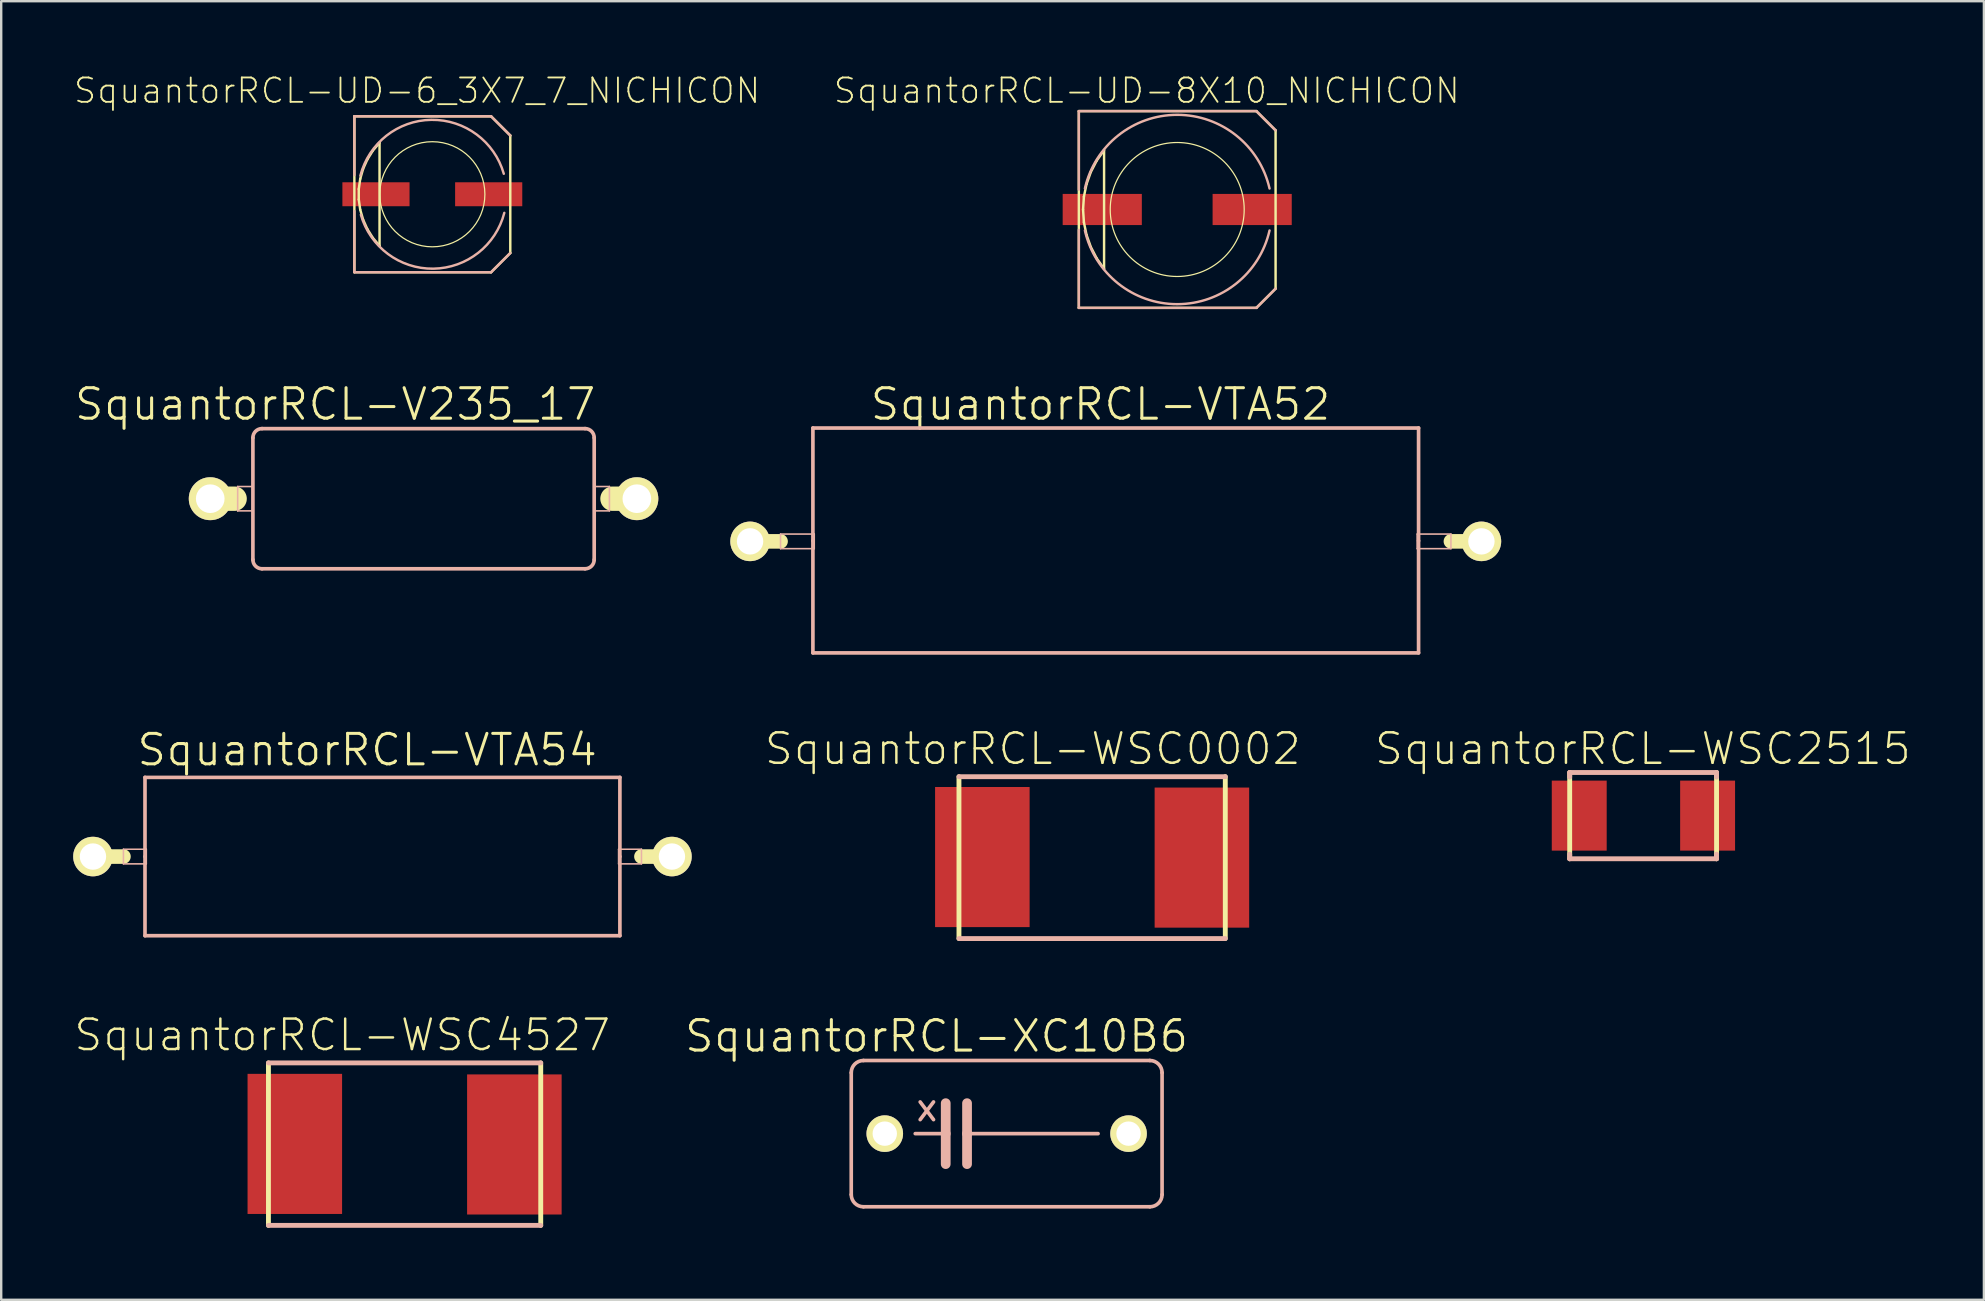
<source format=kicad_pcb>
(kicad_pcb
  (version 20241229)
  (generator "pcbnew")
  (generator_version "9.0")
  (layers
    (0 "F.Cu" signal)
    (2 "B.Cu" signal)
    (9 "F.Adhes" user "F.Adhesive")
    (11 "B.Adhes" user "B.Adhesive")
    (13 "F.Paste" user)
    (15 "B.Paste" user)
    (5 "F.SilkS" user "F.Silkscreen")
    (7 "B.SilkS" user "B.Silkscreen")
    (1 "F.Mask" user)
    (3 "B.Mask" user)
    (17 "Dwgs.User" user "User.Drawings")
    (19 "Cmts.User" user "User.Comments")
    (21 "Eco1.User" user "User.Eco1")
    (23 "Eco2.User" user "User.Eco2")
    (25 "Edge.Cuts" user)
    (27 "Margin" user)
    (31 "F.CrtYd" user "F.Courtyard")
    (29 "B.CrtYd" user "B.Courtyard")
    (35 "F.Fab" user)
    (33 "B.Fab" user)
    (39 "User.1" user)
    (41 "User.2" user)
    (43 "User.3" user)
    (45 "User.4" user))
  (footprint "SquantorRCL-XC10B6"
    (layer "F.Cu")
    (at 38.904 44.196)
    (property "Reference" "SquantorRCL-XC10B6" (at -2.921 -4.064 0) (layer "F.SilkS") (effects (font (size 1.27 1.27) (thickness 0.127))))
    (attr exclude_from_pos_files exclude_from_bom)
    (fp_line (start -6.477 2.54) (end -6.477 -2.54) (stroke (width 0.152) (type solid)) (layer "B.SilkS"))
    (fp_line (start -5.969 3.048) (end 5.969 3.048) (stroke (width 0.152) (type solid)) (layer "B.SilkS"))
    (fp_line (start -3.81 0) (end -2.54 0) (stroke (width 0.152) (type solid)) (layer "B.SilkS"))
    (fp_line (start -3.604 -1.321) (end -3.048 -0.584) (stroke (width 0.152) (type solid)) (layer "B.SilkS"))
    (fp_line (start -3.604 -0.584) (end -3.048 -1.321) (stroke (width 0.152) (type solid)) (layer "B.SilkS"))
    (fp_line (start -2.54 -1.27) (end -2.54 0) (stroke (width 0.406) (type solid)) (layer "B.SilkS"))
    (fp_line (start -2.54 0) (end -2.54 1.27) (stroke (width 0.406) (type solid)) (layer "B.SilkS"))
    (fp_line (start -1.651 -1.27) (end -1.651 0) (stroke (width 0.406) (type solid)) (layer "B.SilkS"))
    (fp_line (start -1.651 0) (end -1.651 1.27) (stroke (width 0.406) (type solid)) (layer "B.SilkS"))
    (fp_line (start 3.81 0) (end -1.651 0) (stroke (width 0.152) (type solid)) (layer "B.SilkS"))
    (fp_line (start 5.969 -3.048) (end -5.969 -3.048) (stroke (width 0.152) (type solid)) (layer "B.SilkS"))
    (fp_line (start 6.477 -2.54) (end 6.477 2.54) (stroke (width 0.152) (type solid)) (layer "B.SilkS"))
    (fp_arc (start -6.477 -2.54) (mid -6.32821 -2.89921) (end -5.969 -3.048) (stroke (width 0.1524) (type solid)) (layer "B.SilkS"))
    (fp_arc (start -5.969 3.048) (mid -6.32821 2.89921) (end -6.477 2.54) (stroke (width 0.1524) (type solid)) (layer "B.SilkS"))
    (fp_arc (start 5.969 -3.048) (mid 6.32821 -2.89921) (end 6.477 -2.54) (stroke (width 0.1524) (type solid)) (layer "B.SilkS"))
    (fp_arc (start 6.477 2.54) (mid 6.32821 2.89921) (end 5.969 3.048) (stroke (width 0.1524) (type solid)) (layer "B.SilkS"))
    (pad "1" thru_hole circle (at -5.08 0) (size 1.524 1.524) (drill 1.016) (layers "*.Cu" "F.Mask" "F.SilkS" "F.Paste"))
    (pad "2" thru_hole circle (at 5.08 0) (size 1.524 1.524) (drill 1.016) (layers "*.Cu" "F.Mask" "F.SilkS" "F.Paste")))
  (footprint "SquantorRCL-VTA52"
    (layer "F.Cu")
    (at 43.45 19.512)
    (property "Reference" "SquantorRCL-VTA52" (at -0.635 -5.715 0) (layer "F.SilkS") (effects (font (size 1.27 1.27) (thickness 0.127))))
    (attr exclude_from_pos_files exclude_from_bom)
    (fp_line (start -15.24 0) (end -13.97 0) (stroke (width 0.61) (type solid)) (layer "F.SilkS"))
    (fp_line (start 13.97 0) (end 15.24 0) (stroke (width 0.61) (type solid)) (layer "F.SilkS"))
    (fp_line (start -13.97 -0.305) (end -12.565 -0.305) (stroke (width 0.066) (type solid)) (layer "B.SilkS"))
    (fp_line (start -13.97 0.305) (end -13.97 -0.305) (stroke (width 0.066) (type solid)) (layer "B.SilkS"))
    (fp_line (start -13.97 0.305) (end -12.565 0.305) (stroke (width 0.066) (type solid)) (layer "B.SilkS"))
    (fp_line (start -12.621 -4.724) (end -12.621 -0.023) (stroke (width 0.152) (type solid)) (layer "B.SilkS"))
    (fp_line (start -12.621 -0.023) (end -12.621 4.648) (stroke (width 0.152) (type solid)) (layer "B.SilkS"))
    (fp_line (start -12.621 4.648) (end 12.621 4.648) (stroke (width 0.152) (type solid)) (layer "B.SilkS"))
    (fp_line (start -12.565 0.305) (end -12.565 -0.305) (stroke (width 0.066) (type solid)) (layer "B.SilkS"))
    (fp_line (start 12.565 -0.305) (end 13.97 -0.305) (stroke (width 0.066) (type solid)) (layer "B.SilkS"))
    (fp_line (start 12.565 0.305) (end 12.565 -0.305) (stroke (width 0.066) (type solid)) (layer "B.SilkS"))
    (fp_line (start 12.565 0.305) (end 13.97 0.305) (stroke (width 0.066) (type solid)) (layer "B.SilkS"))
    (fp_line (start 12.621 -4.724) (end -12.621 -4.724) (stroke (width 0.152) (type solid)) (layer "B.SilkS"))
    (fp_line (start 12.621 -0.023) (end 12.621 -4.724) (stroke (width 0.152) (type solid)) (layer "B.SilkS"))
    (fp_line (start 12.621 4.648) (end 12.621 -0.023) (stroke (width 0.152) (type solid)) (layer "B.SilkS"))
    (fp_line (start 13.97 0.305) (end 13.97 -0.305) (stroke (width 0.066) (type solid)) (layer "B.SilkS"))
    (pad "1" thru_hole circle (at -15.24 0) (size 1.648 1.648) (drill 1.1) (layers "*.Cu" "F.Mask" "F.SilkS" "F.Paste"))
    (pad "2" thru_hole circle (at 15.24 0) (size 1.648 1.648) (drill 1.1) (layers "*.Cu" "F.Mask" "F.SilkS" "F.Paste")))
  (footprint "SquantorRCL-WSC4527"
    (layer "F.Cu")
    (at 13.812 44.647)
    (property "Reference" "SquantorRCL-WSC4527" (at -2.598 -4.559 0) (layer "F.SilkS") (effects (font (size 1.27 1.27) (thickness 0.102))))
    (attr smd)
    (fp_line (start -5.674 -3.399) (end -5.674 3.373) (stroke (width 0.203) (type solid)) (layer "F.SilkS"))
    (fp_line (start 5.674 3.373) (end 5.674 -3.399) (stroke (width 0.203) (type solid)) (layer "F.SilkS"))
    (fp_line (start -5.674 3.373) (end 5.674 3.373) (stroke (width 0.203) (type solid)) (layer "B.SilkS"))
    (fp_line (start 5.674 -3.399) (end -5.674 -3.399) (stroke (width 0.203) (type solid)) (layer "B.SilkS"))
    (pad "1" smd rect (at -4.575 -0.023) (size 3.94 5.839) (layers "F.Cu" "F.Mask" "F.Paste"))
    (pad "2" smd rect (at 4.575 0) (size 3.94 5.839) (layers "F.Cu" "F.Mask" "F.Paste")))
  (footprint "SquantorRCL-WSC0002"
    (layer "F.Cu")
    (at 42.466 32.692)
    (property "Reference" "SquantorRCL-WSC0002" (at -2.474 -4.534 0) (layer "F.SilkS") (effects (font (size 1.27 1.27) (thickness 0.102))))
    (attr smd)
    (fp_line (start -5.55 -3.373) (end -5.55 3.373) (stroke (width 0.203) (type solid)) (layer "F.SilkS"))
    (fp_line (start 5.55 3.373) (end 5.55 -3.373) (stroke (width 0.203) (type solid)) (layer "F.SilkS"))
    (fp_line (start -5.55 3.373) (end 5.55 3.373) (stroke (width 0.203) (type solid)) (layer "B.SilkS"))
    (fp_line (start 5.55 -3.373) (end -5.55 -3.373) (stroke (width 0.203) (type solid)) (layer "B.SilkS"))
    (pad "1" smd rect (at -4.575 -0.023) (size 3.94 5.839) (layers "F.Cu" "F.Mask" "F.Paste"))
    (pad "2" smd rect (at 4.575 0) (size 3.94 5.839) (layers "F.Cu" "F.Mask" "F.Paste")))
  (footprint "SquantorRCL-UD-6_3X7_7_NICHICON"
    (layer "F.Cu")
    (at 14.968 5.046)
    (property "Reference" "SquantorRCL-UD-6_3X7_7_NICHICON" (at -0.635 -4.318 0) (layer "F.SilkS") (effects (font (size 1.016 1.016) (thickness 0.076))))
    (attr smd)
    (fp_line (start -3.249 -3.249) (end 2.449 -3.249) (stroke (width 0.102) (type solid)) (layer "F.SilkS"))
    (fp_line (start -3.249 3.249) (end -3.249 -3.249) (stroke (width 0.102) (type solid)) (layer "F.SilkS"))
    (fp_line (start -3.066 -0.216) (end -3.066 0.216) (stroke (width 0.102) (type solid)) (layer "F.SilkS"))
    (fp_line (start -3.066 0.216) (end -3.005 0.643) (stroke (width 0.102) (type solid)) (layer "F.SilkS"))
    (fp_line (start -3.005 -0.643) (end -3.066 -0.216) (stroke (width 0.102) (type solid)) (layer "F.SilkS"))
    (fp_line (start -3.005 0.643) (end -2.885 1.059) (stroke (width 0.102) (type solid)) (layer "F.SilkS"))
    (fp_line (start -2.885 -1.059) (end -3.005 -0.643) (stroke (width 0.102) (type solid)) (layer "F.SilkS"))
    (fp_line (start -2.885 1.059) (end -2.708 1.453) (stroke (width 0.102) (type solid)) (layer "F.SilkS"))
    (fp_line (start -2.708 -1.453) (end -2.885 -1.059) (stroke (width 0.102) (type solid)) (layer "F.SilkS"))
    (fp_line (start -2.708 1.453) (end -2.479 1.819) (stroke (width 0.102) (type solid)) (layer "F.SilkS"))
    (fp_line (start -2.479 -1.819) (end -2.708 -1.453) (stroke (width 0.102) (type solid)) (layer "F.SilkS"))
    (fp_line (start -2.479 1.819) (end -2.2 2.149) (stroke (width 0.102) (type solid)) (layer "F.SilkS"))
    (fp_line (start -2.2 -2.149) (end -2.479 -1.819) (stroke (width 0.102) (type solid)) (layer "F.SilkS"))
    (fp_line (start -2.2 2.149) (end -2.2 -2.149) (stroke (width 0.102) (type solid)) (layer "F.SilkS"))
    (fp_line (start 2.449 -3.249) (end 3.249 -2.449) (stroke (width 0.102) (type solid)) (layer "F.SilkS"))
    (fp_line (start 2.449 3.249) (end -3.249 3.249) (stroke (width 0.102) (type solid)) (layer "F.SilkS"))
    (fp_line (start 3.249 -2.449) (end 3.249 2.449) (stroke (width 0.102) (type solid)) (layer "F.SilkS"))
    (fp_line (start 3.249 2.449) (end 2.449 3.249) (stroke (width 0.102) (type solid)) (layer "F.SilkS"))
    (fp_circle (center 0 0) (end -1.549 1.549) (stroke (width 0.051) (type solid)) (fill no) (layer "F.SilkS"))
    (fp_line (start -3.249 -3.249) (end 2.449 -3.249) (stroke (width 0.102) (type solid)) (layer "B.SilkS"))
    (fp_line (start -3.249 -0.798) (end -3.249 -3.249) (stroke (width 0.102) (type solid)) (layer "B.SilkS"))
    (fp_line (start -3.249 3.249) (end -3.249 0.699) (stroke (width 0.102) (type solid)) (layer "B.SilkS"))
    (fp_line (start 2.449 -3.249) (end 3.249 -2.449) (stroke (width 0.102) (type solid)) (layer "B.SilkS"))
    (fp_line (start 2.449 3.249) (end -3.249 3.249) (stroke (width 0.102) (type solid)) (layer "B.SilkS"))
    (fp_line (start 3.249 2.449) (end 2.449 3.249) (stroke (width 0.102) (type solid)) (layer "B.SilkS"))
    (fp_arc (start -2.99974 -0.7747) (mid -0.041101 -3.101702) (end 2.978257 -0.854045) (stroke (width 0.1016) (type solid)) (layer "B.SilkS"))
    (fp_arc (start 2.99974 0.7747) (mid 0.041101 3.101702) (end -2.978257 0.854045) (stroke (width 0.1016) (type solid)) (layer "B.SilkS"))
    (pad "+" smd rect (at 2.349 0) (size 2.799 0.998) (layers "F.Cu" "F.Mask" "F.Paste"))
    (pad "-" smd rect (at -2.349 0) (size 2.799 0.998) (layers "F.Cu" "F.Mask" "F.Paste")))
  (footprint "SquantorRCL-VTA54"
    (layer "F.Cu")
    (at 12.889 32.648)
    (property "Reference" "SquantorRCL-VTA54" (at -0.635 -4.445 0) (layer "F.SilkS") (effects (font (size 1.27 1.27) (thickness 0.127))))
    (attr exclude_from_pos_files exclude_from_bom)
    (fp_line (start -12.065 0) (end -10.795 0) (stroke (width 0.61) (type solid)) (layer "F.SilkS"))
    (fp_line (start 10.795 0) (end 12.065 0) (stroke (width 0.61) (type solid)) (layer "F.SilkS"))
    (fp_line (start -10.795 -0.305) (end -9.842 -0.305) (stroke (width 0.066) (type solid)) (layer "B.SilkS"))
    (fp_line (start -10.795 0.305) (end -10.795 -0.305) (stroke (width 0.066) (type solid)) (layer "B.SilkS"))
    (fp_line (start -10.795 0.305) (end -9.842 0.305) (stroke (width 0.066) (type solid)) (layer "B.SilkS"))
    (fp_line (start -9.896 -3.299) (end -9.896 0) (stroke (width 0.152) (type solid)) (layer "B.SilkS"))
    (fp_line (start -9.896 0) (end -9.896 3.299) (stroke (width 0.152) (type solid)) (layer "B.SilkS"))
    (fp_line (start -9.896 3.299) (end 9.896 3.299) (stroke (width 0.152) (type solid)) (layer "B.SilkS"))
    (fp_line (start -9.842 0.305) (end -9.842 -0.305) (stroke (width 0.066) (type solid)) (layer "B.SilkS"))
    (fp_line (start 9.842 -0.305) (end 10.795 -0.305) (stroke (width 0.066) (type solid)) (layer "B.SilkS"))
    (fp_line (start 9.842 0.305) (end 9.842 -0.305) (stroke (width 0.066) (type solid)) (layer "B.SilkS"))
    (fp_line (start 9.842 0.305) (end 10.795 0.305) (stroke (width 0.066) (type solid)) (layer "B.SilkS"))
    (fp_line (start 9.896 -3.299) (end -9.896 -3.299) (stroke (width 0.152) (type solid)) (layer "B.SilkS"))
    (fp_line (start 9.896 0) (end 9.896 -3.299) (stroke (width 0.152) (type solid)) (layer "B.SilkS"))
    (fp_line (start 9.896 3.299) (end 9.896 0) (stroke (width 0.152) (type solid)) (layer "B.SilkS"))
    (fp_line (start 10.795 0.305) (end 10.795 -0.305) (stroke (width 0.066) (type solid)) (layer "B.SilkS"))
    (pad "1" thru_hole circle (at -12.065 0) (size 1.648 1.648) (drill 1.1) (layers "*.Cu" "F.Mask" "F.SilkS" "F.Paste"))
    (pad "2" thru_hole circle (at 12.065 0) (size 1.648 1.648) (drill 1.1) (layers "*.Cu" "F.Mask" "F.SilkS" "F.Paste")))
  (footprint "SquantorRCL-V235_17"
    (layer "F.Cu")
    (at 14.602 17.734)
    (property "Reference" "SquantorRCL-V235_17" (at -3.683 -3.937 0) (layer "F.SilkS") (effects (font (size 1.27 1.27) (thickness 0.127))))
    (attr exclude_from_pos_files exclude_from_bom)
    (fp_line (start -7.874 0) (end -8.89 0) (stroke (width 1.016) (type solid)) (layer "F.SilkS"))
    (fp_line (start 8.89 0) (end 7.874 0) (stroke (width 1.016) (type solid)) (layer "F.SilkS"))
    (fp_line (start -7.747 -0.508) (end -7.112 -0.508) (stroke (width 0.066) (type solid)) (layer "B.SilkS"))
    (fp_line (start -7.747 0.508) (end -7.747 -0.508) (stroke (width 0.066) (type solid)) (layer "B.SilkS"))
    (fp_line (start -7.747 0.508) (end -7.112 0.508) (stroke (width 0.066) (type solid)) (layer "B.SilkS"))
    (fp_line (start -7.112 -2.54) (end -7.112 2.54) (stroke (width 0.152) (type solid)) (layer "B.SilkS"))
    (fp_line (start -7.112 0.508) (end -7.112 -0.508) (stroke (width 0.066) (type solid)) (layer "B.SilkS"))
    (fp_line (start -6.731 -2.921) (end 6.731 -2.921) (stroke (width 0.152) (type solid)) (layer "B.SilkS"))
    (fp_line (start 6.731 2.921) (end -6.731 2.921) (stroke (width 0.152) (type solid)) (layer "B.SilkS"))
    (fp_line (start 7.112 -2.54) (end 7.112 2.54) (stroke (width 0.152) (type solid)) (layer "B.SilkS"))
    (fp_line (start 7.112 -0.508) (end 7.747 -0.508) (stroke (width 0.066) (type solid)) (layer "B.SilkS"))
    (fp_line (start 7.112 0.508) (end 7.112 -0.508) (stroke (width 0.066) (type solid)) (layer "B.SilkS"))
    (fp_line (start 7.112 0.508) (end 7.747 0.508) (stroke (width 0.066) (type solid)) (layer "B.SilkS"))
    (fp_line (start 7.747 0.508) (end 7.747 -0.508) (stroke (width 0.066) (type solid)) (layer "B.SilkS"))
    (fp_arc (start -7.112 -2.54) (mid -7.000408 -2.809408) (end -6.731 -2.921) (stroke (width 0.1524) (type solid)) (layer "B.SilkS"))
    (fp_arc (start -6.731 2.921) (mid -7.000408 2.809408) (end -7.112 2.54) (stroke (width 0.1524) (type solid)) (layer "B.SilkS"))
    (fp_arc (start 6.731 -2.921) (mid 7.000408 -2.809408) (end 7.112 -2.54) (stroke (width 0.1524) (type solid)) (layer "B.SilkS"))
    (fp_arc (start 7.112 2.54) (mid 7.000408 2.809408) (end 6.731 2.921) (stroke (width 0.1524) (type solid)) (layer "B.SilkS"))
    (pad "1" thru_hole circle (at -8.89 0) (size 1.788 1.788) (drill 1.194) (layers "*.Cu" "F.Mask" "F.SilkS" "F.Paste"))
    (pad "2" thru_hole circle (at 8.89 0) (size 1.788 1.788) (drill 1.194) (layers "*.Cu" "F.Mask" "F.SilkS" "F.Paste")))
  (footprint "SquantorRCL-WSC2515"
    (layer "F.Cu")
    (at 65.442 30.942)
    (property "Reference" "SquantorRCL-WSC2515" (at -0.023 -2.784 0) (layer "F.SilkS") (effects (font (size 1.27 1.27) (thickness 0.102))))
    (attr smd)
    (fp_line (start -3.073 -1.798) (end -3.073 1.798) (stroke (width 0.203) (type solid)) (layer "F.SilkS"))
    (fp_line (start 3.048 1.798) (end 3.048 -1.798) (stroke (width 0.203) (type solid)) (layer "F.SilkS"))
    (fp_line (start -3.073 -1.798) (end -3.073 -1.605) (stroke (width 0.203) (type solid)) (layer "B.SilkS"))
    (fp_line (start -3.073 1.605) (end -3.073 1.798) (stroke (width 0.203) (type solid)) (layer "B.SilkS"))
    (fp_line (start -3.073 1.798) (end 3.048 1.798) (stroke (width 0.203) (type solid)) (layer "B.SilkS"))
    (fp_line (start 3.048 -1.798) (end -3.073 -1.798) (stroke (width 0.203) (type solid)) (layer "B.SilkS"))
    (fp_line (start 3.048 -1.605) (end 3.048 -1.798) (stroke (width 0.203) (type solid)) (layer "B.SilkS"))
    (fp_line (start 3.048 1.798) (end 3.048 1.605) (stroke (width 0.203) (type solid)) (layer "B.SilkS"))
    (pad "1" smd rect (at -2.675 0) (size 2.289 2.918) (layers "F.Cu" "F.Mask" "F.Paste"))
    (pad "2" smd rect (at 2.675 0) (size 2.289 2.918) (layers "F.Cu" "F.Mask" "F.Paste")))
  (footprint "SquantorRCL-UD-8X10_NICHICON"
    (layer "F.Cu")
    (at 46.012 5.681)
    (property "Reference" "SquantorRCL-UD-8X10_NICHICON" (at -1.27 -4.953 0) (layer "F.SilkS") (effects (font (size 1.016 1.016) (thickness 0.076))))
    (attr smd)
    (fp_line (start -4.1 -4.1) (end 3.299 -4.1) (stroke (width 0.102) (type solid)) (layer "F.SilkS"))
    (fp_line (start -4.1 4.1) (end -4.1 -4.1) (stroke (width 0.102) (type solid)) (layer "F.SilkS"))
    (fp_line (start -3.924 0) (end -3.889 0.533) (stroke (width 0.102) (type solid)) (layer "F.SilkS"))
    (fp_line (start -3.889 -0.533) (end -3.924 0) (stroke (width 0.102) (type solid)) (layer "F.SilkS"))
    (fp_line (start -3.889 0.533) (end -3.78 1.057) (stroke (width 0.102) (type solid)) (layer "F.SilkS"))
    (fp_line (start -3.78 -1.057) (end -3.889 -0.533) (stroke (width 0.102) (type solid)) (layer "F.SilkS"))
    (fp_line (start -3.78 1.057) (end -3.602 1.56) (stroke (width 0.102) (type solid)) (layer "F.SilkS"))
    (fp_line (start -3.602 -1.56) (end -3.78 -1.057) (stroke (width 0.102) (type solid)) (layer "F.SilkS"))
    (fp_line (start -3.602 1.56) (end -3.355 2.037) (stroke (width 0.102) (type solid)) (layer "F.SilkS"))
    (fp_line (start -3.355 -2.037) (end -3.602 -1.56) (stroke (width 0.102) (type solid)) (layer "F.SilkS"))
    (fp_line (start -3.355 2.037) (end -3.048 2.474) (stroke (width 0.102) (type solid)) (layer "F.SilkS"))
    (fp_line (start -3.048 -2.474) (end -3.355 -2.037) (stroke (width 0.102) (type solid)) (layer "F.SilkS"))
    (fp_line (start -3.048 2.474) (end -3.048 -2.474) (stroke (width 0.102) (type solid)) (layer "F.SilkS"))
    (fp_line (start 3.299 -4.1) (end 4.1 -3.299) (stroke (width 0.102) (type solid)) (layer "F.SilkS"))
    (fp_line (start 3.299 4.1) (end -4.1 4.1) (stroke (width 0.102) (type solid)) (layer "F.SilkS"))
    (fp_line (start 4.1 -3.299) (end 4.1 3.299) (stroke (width 0.102) (type solid)) (layer "F.SilkS"))
    (fp_line (start 4.1 3.299) (end 3.299 4.1) (stroke (width 0.102) (type solid)) (layer "F.SilkS"))
    (fp_circle (center 0 0) (end -1.974 1.974) (stroke (width 0.051) (type solid)) (fill no) (layer "F.SilkS"))
    (fp_line (start -4.1 -4.1) (end 3.299 -4.1) (stroke (width 0.102) (type solid)) (layer "B.SilkS"))
    (fp_line (start -4.1 -0.823) (end -4.1 -4.1) (stroke (width 0.102) (type solid)) (layer "B.SilkS"))
    (fp_line (start -4.1 4.1) (end -4.1 0.848) (stroke (width 0.102) (type solid)) (layer "B.SilkS"))
    (fp_line (start 3.299 -4.1) (end 4.1 -3.299) (stroke (width 0.102) (type solid)) (layer "B.SilkS"))
    (fp_line (start 3.299 4.1) (end -4.1 4.1) (stroke (width 0.102) (type solid)) (layer "B.SilkS"))
    (fp_line (start 4.1 3.299) (end 3.299 4.1) (stroke (width 0.102) (type solid)) (layer "B.SilkS"))
    (fp_arc (start -3.8481 -0.87376) (mid -0.000494 -3.946052) (end 3.847881 -0.874724) (stroke (width 0.1016) (type solid)) (layer "B.SilkS"))
    (fp_arc (start 3.8481 0.87376) (mid 0.000494 3.946052) (end -3.847881 0.874724) (stroke (width 0.1016) (type solid)) (layer "B.SilkS"))
    (pad "+" smd rect (at 3.124 0) (size 3.299 1.298) (layers "F.Cu" "F.Mask" "F.Paste"))
    (pad "-" smd rect (at -3.124 0) (size 3.299 1.298) (layers "F.Cu" "F.Mask" "F.Paste")))
  (gr_rect
    (start -3 -3)
    (end 79.632 51.122)
    (stroke (width 0.1) (type default))
    (fill no)
    (layer "Edge.Cuts")))
</source>
